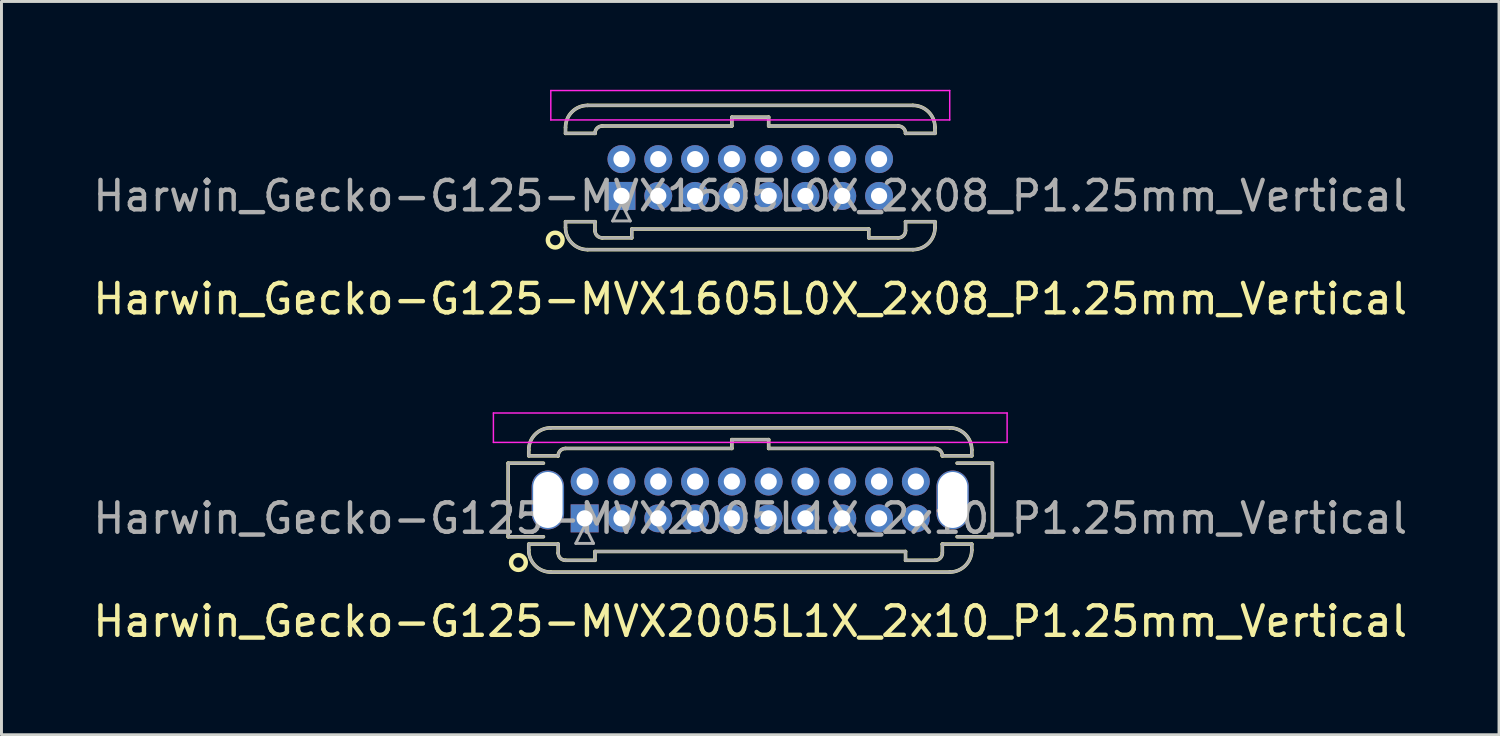
<source format=kicad_pcb>
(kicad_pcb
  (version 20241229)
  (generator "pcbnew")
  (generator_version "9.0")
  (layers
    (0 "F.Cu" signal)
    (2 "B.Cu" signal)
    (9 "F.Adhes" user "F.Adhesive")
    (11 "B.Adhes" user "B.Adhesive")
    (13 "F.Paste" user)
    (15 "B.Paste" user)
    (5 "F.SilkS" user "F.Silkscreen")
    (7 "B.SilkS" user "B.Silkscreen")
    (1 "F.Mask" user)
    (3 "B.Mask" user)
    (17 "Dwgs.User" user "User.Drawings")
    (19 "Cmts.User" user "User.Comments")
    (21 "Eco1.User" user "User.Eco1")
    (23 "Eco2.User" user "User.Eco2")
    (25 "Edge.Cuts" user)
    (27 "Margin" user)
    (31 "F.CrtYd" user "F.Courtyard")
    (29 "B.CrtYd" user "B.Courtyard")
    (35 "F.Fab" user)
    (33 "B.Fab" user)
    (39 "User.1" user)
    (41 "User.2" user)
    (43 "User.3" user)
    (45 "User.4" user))
  (footprint "Harwin_Gecko-G125-MVX2005L1X_2x10_P1.25mm_Vertical"
    (layer "F.Cu")
    (at 16.81 14.558)
    (property "Reference" "Harwin_Gecko-G125-MVX2005L1X_2x10_P1.25mm_Vertical" (at 5.625 3.5 0) (layer "F.SilkS") (effects (font (size 1 1) (thickness 0.15))))
    (attr through_hole)
    (fp_line (start -2.6 -1.875) (end -2.6 0.625) (stroke (width 0.12) (type solid)) (layer "F.SilkS"))
    (fp_line (start -2.6 0.625) (end -1.4 0.625) (stroke (width 0.12) (type solid)) (layer "F.SilkS"))
    (fp_line (start -1.9 -2.325) (end -1.9 -2.125) (stroke (width 0.12) (type solid)) (layer "F.SilkS"))
    (fp_line (start -1.9 -2.125) (end -0.9 -2.125) (stroke (width 0.12) (type solid)) (layer "F.SilkS"))
    (fp_line (start -1.9 0.875) (end -0.9 0.875) (stroke (width 0.12) (type solid)) (layer "F.SilkS"))
    (fp_line (start -1.9 1.075) (end -1.9 0.875) (stroke (width 0.12) (type solid)) (layer "F.SilkS"))
    (fp_line (start -1.4 -1.875) (end -2.6 -1.875) (stroke (width 0.12) (type solid)) (layer "F.SilkS"))
    (fp_line (start -1.15 -3.075) (end 12.4 -3.075) (stroke (width 0.12) (type solid)) (layer "F.SilkS"))
    (fp_line (start -1.15 1.825) (end 12.4 1.825) (stroke (width 0.12) (type solid)) (layer "F.SilkS"))
    (fp_line (start -0.9 -2.125) (end -0.9 -2.125) (stroke (width 0.12) (type solid)) (layer "F.SilkS"))
    (fp_line (start -0.9 0.875) (end -0.9 0.875) (stroke (width 0.12) (type solid)) (layer "F.SilkS"))
    (fp_line (start -0.9 1.175) (end -0.9 0.875) (stroke (width 0.12) (type solid)) (layer "F.SilkS"))
    (fp_line (start -0.65 -2.375) (end 5 -2.375) (stroke (width 0.12) (type solid)) (layer "F.SilkS"))
    (fp_line (start -0.65 1.425) (end 0.35 1.425) (stroke (width 0.12) (type solid)) (layer "F.SilkS"))
    (fp_line (start 0.35 1.125) (end 10.9 1.125) (stroke (width 0.12) (type solid)) (layer "F.SilkS"))
    (fp_line (start 0.35 1.425) (end 0.35 1.125) (stroke (width 0.12) (type solid)) (layer "F.SilkS"))
    (fp_line (start 5 -2.675) (end 6.25 -2.675) (stroke (width 0.12) (type solid)) (layer "F.SilkS"))
    (fp_line (start 5 -2.375) (end 5 -2.675) (stroke (width 0.12) (type solid)) (layer "F.SilkS"))
    (fp_line (start 6.25 -2.675) (end 6.25 -2.375) (stroke (width 0.12) (type solid)) (layer "F.SilkS"))
    (fp_line (start 6.25 -2.375) (end 11.9 -2.375) (stroke (width 0.12) (type solid)) (layer "F.SilkS"))
    (fp_line (start 10.9 1.125) (end 10.9 1.425) (stroke (width 0.12) (type solid)) (layer "F.SilkS"))
    (fp_line (start 10.9 1.425) (end 11.9 1.425) (stroke (width 0.12) (type solid)) (layer "F.SilkS"))
    (fp_line (start 12.15 -2.125) (end 12.15 -2.125) (stroke (width 0.12) (type solid)) (layer "F.SilkS"))
    (fp_line (start 12.15 0.875) (end 12.15 0.875) (stroke (width 0.12) (type solid)) (layer "F.SilkS"))
    (fp_line (start 12.15 1.175) (end 12.15 0.875) (stroke (width 0.12) (type solid)) (layer "F.SilkS"))
    (fp_line (start 12.65 -1.875) (end 13.85 -1.875) (stroke (width 0.12) (type solid)) (layer "F.SilkS"))
    (fp_line (start 13.15 -2.325) (end 13.15 -2.125) (stroke (width 0.12) (type solid)) (layer "F.SilkS"))
    (fp_line (start 13.15 -2.125) (end 12.15 -2.125) (stroke (width 0.12) (type solid)) (layer "F.SilkS"))
    (fp_line (start 13.15 0.875) (end 12.15 0.875) (stroke (width 0.12) (type solid)) (layer "F.SilkS"))
    (fp_line (start 13.15 1.075) (end 13.15 0.875) (stroke (width 0.12) (type solid)) (layer "F.SilkS"))
    (fp_line (start 13.85 -1.875) (end 13.85 0.625) (stroke (width 0.12) (type solid)) (layer "F.SilkS"))
    (fp_line (start 13.85 0.625) (end 12.65 0.625) (stroke (width 0.12) (type solid)) (layer "F.SilkS"))
    (fp_arc (start -1.9 -2.325) (mid -1.68033 -2.85533) (end -1.15 -3.075) (stroke (width 0.12) (type solid)) (layer "F.SilkS"))
    (fp_arc (start -1.15 1.825) (mid -1.68033 1.60533) (end -1.9 1.075) (stroke (width 0.12) (type solid)) (layer "F.SilkS"))
    (fp_arc (start -0.9 -2.125) (mid -0.826777 -2.301777) (end -0.65 -2.375) (stroke (width 0.12) (type solid)) (layer "F.SilkS"))
    (fp_arc (start -0.65 1.425) (mid -0.826777 1.351777) (end -0.9 1.175) (stroke (width 0.12) (type solid)) (layer "F.SilkS"))
    (fp_arc (start 11.9 -2.375) (mid 12.076777 -2.301777) (end 12.15 -2.125) (stroke (width 0.12) (type solid)) (layer "F.SilkS"))
    (fp_arc (start 12.15 1.175) (mid 12.076777 1.351777) (end 11.9 1.425) (stroke (width 0.12) (type solid)) (layer "F.SilkS"))
    (fp_arc (start 12.4 -3.075) (mid 12.93033 -2.85533) (end 13.15 -2.325) (stroke (width 0.12) (type solid)) (layer "F.SilkS"))
    (fp_arc (start 13.15 1.075) (mid 12.93033 1.60533) (end 12.4 1.825) (stroke (width 0.12) (type solid)) (layer "F.SilkS"))
    (fp_circle (center -2.25 1.5) (end -2 1.5) (stroke (width 0.15) (type solid)) (fill no) (layer "F.SilkS"))
    (fp_line (start -3.1 -3.58) (end -3.1 -2.58) (stroke (width 0.05) (type solid)) (layer "F.CrtYd"))
    (fp_line (start -3.1 -2.58) (end 14.35 -2.58) (stroke (width 0.05) (type solid)) (layer "F.CrtYd"))
    (fp_line (start 14.35 -3.58) (end -3.1 -3.58) (stroke (width 0.05) (type solid)) (layer "F.CrtYd"))
    (fp_line (start 14.35 -2.58) (end 14.35 -3.58) (stroke (width 0.05) (type solid)) (layer "F.CrtYd"))
    (fp_line (start -2.6 -1.875) (end -2.6 0.625) (stroke (width 0.1) (type solid)) (layer "F.Fab"))
    (fp_line (start -2.6 0.625) (end -1.4 0.625) (stroke (width 0.1) (type solid)) (layer "F.Fab"))
    (fp_line (start -1.9 -2.325) (end -1.9 -2.125) (stroke (width 0.1) (type solid)) (layer "F.Fab"))
    (fp_line (start -1.9 -2.125) (end -0.9 -2.125) (stroke (width 0.1) (type solid)) (layer "F.Fab"))
    (fp_line (start -1.9 0.875) (end -0.9 0.875) (stroke (width 0.1) (type solid)) (layer "F.Fab"))
    (fp_line (start -1.9 1.075) (end -1.9 0.875) (stroke (width 0.1) (type solid)) (layer "F.Fab"))
    (fp_line (start -1.4 -1.875) (end -2.6 -1.875) (stroke (width 0.1) (type solid)) (layer "F.Fab"))
    (fp_line (start -1.15 -3.075) (end 12.4 -3.075) (stroke (width 0.1) (type solid)) (layer "F.Fab"))
    (fp_line (start -1.15 1.825) (end 12.4 1.825) (stroke (width 0.1) (type solid)) (layer "F.Fab"))
    (fp_line (start -0.9 -2.125) (end -0.9 -2.125) (stroke (width 0.1) (type solid)) (layer "F.Fab"))
    (fp_line (start -0.9 0.875) (end -0.9 0.875) (stroke (width 0.1) (type solid)) (layer "F.Fab"))
    (fp_line (start -0.9 1.175) (end -0.9 0.875) (stroke (width 0.1) (type solid)) (layer "F.Fab"))
    (fp_line (start -0.65 -2.375) (end 5 -2.375) (stroke (width 0.1) (type solid)) (layer "F.Fab"))
    (fp_line (start -0.65 1.425) (end 0.35 1.425) (stroke (width 0.1) (type solid)) (layer "F.Fab"))
    (fp_line (start -0.3 0.85) (end 0.3 0.85) (stroke (width 0.1) (type solid)) (layer "F.Fab"))
    (fp_line (start 0 0.25) (end -0.3 0.85) (stroke (width 0.1) (type solid)) (layer "F.Fab"))
    (fp_line (start 0.3 0.85) (end 0 0.25) (stroke (width 0.1) (type solid)) (layer "F.Fab"))
    (fp_line (start 0.35 1.125) (end 10.9 1.125) (stroke (width 0.1) (type solid)) (layer "F.Fab"))
    (fp_line (start 0.35 1.425) (end 0.35 1.125) (stroke (width 0.1) (type solid)) (layer "F.Fab"))
    (fp_line (start 5 -2.675) (end 6.25 -2.675) (stroke (width 0.1) (type solid)) (layer "F.Fab"))
    (fp_line (start 5 -2.375) (end 5 -2.675) (stroke (width 0.1) (type solid)) (layer "F.Fab"))
    (fp_line (start 6.25 -2.675) (end 6.25 -2.375) (stroke (width 0.1) (type solid)) (layer "F.Fab"))
    (fp_line (start 6.25 -2.375) (end 11.9 -2.375) (stroke (width 0.1) (type solid)) (layer "F.Fab"))
    (fp_line (start 10.9 1.125) (end 10.9 1.425) (stroke (width 0.1) (type solid)) (layer "F.Fab"))
    (fp_line (start 10.9 1.425) (end 11.9 1.425) (stroke (width 0.1) (type solid)) (layer "F.Fab"))
    (fp_line (start 12.15 -2.125) (end 12.15 -2.125) (stroke (width 0.1) (type solid)) (layer "F.Fab"))
    (fp_line (start 12.15 0.875) (end 12.15 0.875) (stroke (width 0.1) (type solid)) (layer "F.Fab"))
    (fp_line (start 12.15 1.175) (end 12.15 0.875) (stroke (width 0.1) (type solid)) (layer "F.Fab"))
    (fp_line (start 12.65 -1.875) (end 13.85 -1.875) (stroke (width 0.1) (type solid)) (layer "F.Fab"))
    (fp_line (start 13.15 -2.325) (end 13.15 -2.125) (stroke (width 0.1) (type solid)) (layer "F.Fab"))
    (fp_line (start 13.15 -2.125) (end 12.15 -2.125) (stroke (width 0.1) (type solid)) (layer "F.Fab"))
    (fp_line (start 13.15 0.875) (end 12.15 0.875) (stroke (width 0.1) (type solid)) (layer "F.Fab"))
    (fp_line (start 13.15 1.075) (end 13.15 0.875) (stroke (width 0.1) (type solid)) (layer "F.Fab"))
    (fp_line (start 13.85 -1.875) (end 13.85 0.625) (stroke (width 0.1) (type solid)) (layer "F.Fab"))
    (fp_line (start 13.85 0.625) (end 12.65 0.625) (stroke (width 0.1) (type solid)) (layer "F.Fab"))
    (fp_arc (start -1.9 -2.325) (mid -1.68033 -2.85533) (end -1.15 -3.075) (stroke (width 0.1) (type solid)) (layer "F.Fab"))
    (fp_arc (start -1.15 1.825) (mid -1.68033 1.60533) (end -1.9 1.075) (stroke (width 0.1) (type solid)) (layer "F.Fab"))
    (fp_arc (start -0.9 -2.125) (mid -0.826777 -2.301777) (end -0.65 -2.375) (stroke (width 0.1) (type solid)) (layer "F.Fab"))
    (fp_arc (start -0.65 1.425) (mid -0.826777 1.351777) (end -0.9 1.175) (stroke (width 0.1) (type solid)) (layer "F.Fab"))
    (fp_arc (start 11.9 -2.375) (mid 12.076777 -2.301777) (end 12.15 -2.125) (stroke (width 0.1) (type solid)) (layer "F.Fab"))
    (fp_arc (start 12.15 1.175) (mid 12.076777 1.351777) (end 11.9 1.425) (stroke (width 0.1) (type solid)) (layer "F.Fab"))
    (fp_arc (start 12.4 -3.075) (mid 12.93033 -2.85533) (end 13.15 -2.325) (stroke (width 0.1) (type solid)) (layer "F.Fab"))
    (fp_arc (start 13.15 1.075) (mid 12.93033 1.60533) (end 12.4 1.825) (stroke (width 0.1) (type solid)) (layer "F.Fab"))
    (fp_text user "${REFERENCE}" (at 5.625 0 0) (layer "F.Fab") (effects (font (size 1 1) (thickness 0.15))))
    (pad "" np_thru_hole oval (at -1.25 -0.625) (size 1.1 2) (drill oval 1 1.9) (layers "*.Cu" "*.Mask"))
    (pad "" np_thru_hole oval (at 12.5 -0.625) (size 1.1 2) (drill oval 1 1.9) (layers "*.Cu" "*.Mask"))
    (pad "1" thru_hole rect (at 0 0) (size 0.95 0.95) (drill 0.55) (layers "*.Cu" "*.Mask"))
    (pad "2" thru_hole circle (at 0 -1.25) (size 0.95 0.95) (drill 0.55) (layers "*.Cu" "*.Mask"))
    (pad "3" thru_hole circle (at 1.25 0) (size 0.95 0.95) (drill 0.55) (layers "*.Cu" "*.Mask"))
    (pad "4" thru_hole circle (at 1.25 -1.25) (size 0.95 0.95) (drill 0.55) (layers "*.Cu" "*.Mask"))
    (pad "5" thru_hole circle (at 2.5 0) (size 0.95 0.95) (drill 0.55) (layers "*.Cu" "*.Mask"))
    (pad "6" thru_hole circle (at 2.5 -1.25) (size 0.95 0.95) (drill 0.55) (layers "*.Cu" "*.Mask"))
    (pad "7" thru_hole circle (at 3.75 0) (size 0.95 0.95) (drill 0.55) (layers "*.Cu" "*.Mask"))
    (pad "8" thru_hole circle (at 3.75 -1.25) (size 0.95 0.95) (drill 0.55) (layers "*.Cu" "*.Mask"))
    (pad "9" thru_hole circle (at 5 0) (size 0.95 0.95) (drill 0.55) (layers "*.Cu" "*.Mask"))
    (pad "10" thru_hole circle (at 5 -1.25) (size 0.95 0.95) (drill 0.55) (layers "*.Cu" "*.Mask"))
    (pad "11" thru_hole circle (at 6.25 0) (size 0.95 0.95) (drill 0.55) (layers "*.Cu" "*.Mask"))
    (pad "12" thru_hole circle (at 6.25 -1.25) (size 0.95 0.95) (drill 0.55) (layers "*.Cu" "*.Mask"))
    (pad "13" thru_hole circle (at 7.5 0) (size 0.95 0.95) (drill 0.55) (layers "*.Cu" "*.Mask"))
    (pad "14" thru_hole circle (at 7.5 -1.25) (size 0.95 0.95) (drill 0.55) (layers "*.Cu" "*.Mask"))
    (pad "15" thru_hole circle (at 8.75 0) (size 0.95 0.95) (drill 0.55) (layers "*.Cu" "*.Mask"))
    (pad "16" thru_hole circle (at 8.75 -1.25) (size 0.95 0.95) (drill 0.55) (layers "*.Cu" "*.Mask"))
    (pad "17" thru_hole circle (at 10 0) (size 0.95 0.95) (drill 0.55) (layers "*.Cu" "*.Mask"))
    (pad "18" thru_hole circle (at 10 -1.25) (size 0.95 0.95) (drill 0.55) (layers "*.Cu" "*.Mask"))
    (pad "19" thru_hole circle (at 11.25 0) (size 0.95 0.95) (drill 0.55) (layers "*.Cu" "*.Mask"))
    (pad "20" thru_hole circle (at 11.25 -1.25) (size 0.95 0.95) (drill 0.55) (layers "*.Cu" "*.Mask")))
  (footprint "Harwin_Gecko-G125-MVX1605L0X_2x08_P1.25mm_Vertical"
    (layer "F.Cu")
    (at 18.06 3.605)
    (property "Reference" "Harwin_Gecko-G125-MVX1605L0X_2x08_P1.25mm_Vertical" (at 4.375 3.5 0) (layer "F.SilkS") (effects (font (size 1 1) (thickness 0.15))))
    (attr through_hole)
    (fp_line (start -1.9 -2.325) (end -1.9 -2.125) (stroke (width 0.12) (type solid)) (layer "F.SilkS"))
    (fp_line (start -1.9 -2.125) (end -0.9 -2.125) (stroke (width 0.12) (type solid)) (layer "F.SilkS"))
    (fp_line (start -1.9 0.875) (end -0.9 0.875) (stroke (width 0.12) (type solid)) (layer "F.SilkS"))
    (fp_line (start -1.9 1.075) (end -1.9 0.875) (stroke (width 0.12) (type solid)) (layer "F.SilkS"))
    (fp_line (start -1.15 -3.075) (end 9.9 -3.075) (stroke (width 0.12) (type solid)) (layer "F.SilkS"))
    (fp_line (start -1.15 1.825) (end 9.9 1.825) (stroke (width 0.12) (type solid)) (layer "F.SilkS"))
    (fp_line (start -0.9 -2.125) (end -0.9 -2.125) (stroke (width 0.12) (type solid)) (layer "F.SilkS"))
    (fp_line (start -0.9 0.875) (end -0.9 0.875) (stroke (width 0.12) (type solid)) (layer "F.SilkS"))
    (fp_line (start -0.9 1.175) (end -0.9 0.875) (stroke (width 0.12) (type solid)) (layer "F.SilkS"))
    (fp_line (start -0.65 -2.375) (end 3.75 -2.375) (stroke (width 0.12) (type solid)) (layer "F.SilkS"))
    (fp_line (start -0.65 1.425) (end 0.35 1.425) (stroke (width 0.12) (type solid)) (layer "F.SilkS"))
    (fp_line (start 0.35 1.125) (end 8.4 1.125) (stroke (width 0.12) (type solid)) (layer "F.SilkS"))
    (fp_line (start 0.35 1.425) (end 0.35 1.125) (stroke (width 0.12) (type solid)) (layer "F.SilkS"))
    (fp_line (start 3.75 -2.675) (end 5 -2.675) (stroke (width 0.12) (type solid)) (layer "F.SilkS"))
    (fp_line (start 3.75 -2.375) (end 3.75 -2.675) (stroke (width 0.12) (type solid)) (layer "F.SilkS"))
    (fp_line (start 5 -2.675) (end 5 -2.375) (stroke (width 0.12) (type solid)) (layer "F.SilkS"))
    (fp_line (start 5 -2.375) (end 9.4 -2.375) (stroke (width 0.12) (type solid)) (layer "F.SilkS"))
    (fp_line (start 8.4 1.125) (end 8.4 1.425) (stroke (width 0.12) (type solid)) (layer "F.SilkS"))
    (fp_line (start 8.4 1.425) (end 9.4 1.425) (stroke (width 0.12) (type solid)) (layer "F.SilkS"))
    (fp_line (start 9.65 -2.125) (end 9.65 -2.125) (stroke (width 0.12) (type solid)) (layer "F.SilkS"))
    (fp_line (start 9.65 0.875) (end 9.65 0.875) (stroke (width 0.12) (type solid)) (layer "F.SilkS"))
    (fp_line (start 9.65 1.175) (end 9.65 0.875) (stroke (width 0.12) (type solid)) (layer "F.SilkS"))
    (fp_line (start 10.65 -2.325) (end 10.65 -2.125) (stroke (width 0.12) (type solid)) (layer "F.SilkS"))
    (fp_line (start 10.65 -2.125) (end 9.65 -2.125) (stroke (width 0.12) (type solid)) (layer "F.SilkS"))
    (fp_line (start 10.65 0.875) (end 9.65 0.875) (stroke (width 0.12) (type solid)) (layer "F.SilkS"))
    (fp_line (start 10.65 1.075) (end 10.65 0.875) (stroke (width 0.12) (type solid)) (layer "F.SilkS"))
    (fp_arc (start -1.9 -2.325) (mid -1.68033 -2.85533) (end -1.15 -3.075) (stroke (width 0.12) (type solid)) (layer "F.SilkS"))
    (fp_arc (start -1.15 1.825) (mid -1.68033 1.60533) (end -1.9 1.075) (stroke (width 0.12) (type solid)) (layer "F.SilkS"))
    (fp_arc (start -0.9 -2.125) (mid -0.826777 -2.301777) (end -0.65 -2.375) (stroke (width 0.12) (type solid)) (layer "F.SilkS"))
    (fp_arc (start -0.65 1.425) (mid -0.826777 1.351777) (end -0.9 1.175) (stroke (width 0.12) (type solid)) (layer "F.SilkS"))
    (fp_arc (start 9.4 -2.375) (mid 9.576777 -2.301777) (end 9.65 -2.125) (stroke (width 0.12) (type solid)) (layer "F.SilkS"))
    (fp_arc (start 9.65 1.175) (mid 9.576777 1.351777) (end 9.4 1.425) (stroke (width 0.12) (type solid)) (layer "F.SilkS"))
    (fp_arc (start 9.9 -3.075) (mid 10.43033 -2.85533) (end 10.65 -2.325) (stroke (width 0.12) (type solid)) (layer "F.SilkS"))
    (fp_arc (start 10.65 1.075) (mid 10.43033 1.60533) (end 9.9 1.825) (stroke (width 0.12) (type solid)) (layer "F.SilkS"))
    (fp_circle (center -2.25 1.5) (end -2 1.5) (stroke (width 0.15) (type solid)) (fill no) (layer "F.SilkS"))
    (fp_line (start -2.4 -3.58) (end -2.4 -2.58) (stroke (width 0.05) (type solid)) (layer "F.CrtYd"))
    (fp_line (start -2.4 -2.58) (end 11.15 -2.58) (stroke (width 0.05) (type solid)) (layer "F.CrtYd"))
    (fp_line (start 11.15 -3.58) (end -2.4 -3.58) (stroke (width 0.05) (type solid)) (layer "F.CrtYd"))
    (fp_line (start 11.15 -2.58) (end 11.15 -3.58) (stroke (width 0.05) (type solid)) (layer "F.CrtYd"))
    (fp_line (start -1.9 -2.325) (end -1.9 -2.125) (stroke (width 0.1) (type solid)) (layer "F.Fab"))
    (fp_line (start -1.9 -2.125) (end -0.9 -2.125) (stroke (width 0.1) (type solid)) (layer "F.Fab"))
    (fp_line (start -1.9 0.875) (end -0.9 0.875) (stroke (width 0.1) (type solid)) (layer "F.Fab"))
    (fp_line (start -1.9 1.075) (end -1.9 0.875) (stroke (width 0.1) (type solid)) (layer "F.Fab"))
    (fp_line (start -1.15 -3.075) (end 9.9 -3.075) (stroke (width 0.1) (type solid)) (layer "F.Fab"))
    (fp_line (start -1.15 1.825) (end 9.9 1.825) (stroke (width 0.1) (type solid)) (layer "F.Fab"))
    (fp_line (start -0.9 -2.125) (end -0.9 -2.125) (stroke (width 0.1) (type solid)) (layer "F.Fab"))
    (fp_line (start -0.9 0.875) (end -0.9 0.875) (stroke (width 0.1) (type solid)) (layer "F.Fab"))
    (fp_line (start -0.9 1.175) (end -0.9 0.875) (stroke (width 0.1) (type solid)) (layer "F.Fab"))
    (fp_line (start -0.65 -2.375) (end 3.75 -2.375) (stroke (width 0.1) (type solid)) (layer "F.Fab"))
    (fp_line (start -0.65 1.425) (end 0.35 1.425) (stroke (width 0.1) (type solid)) (layer "F.Fab"))
    (fp_line (start -0.3 0.85) (end 0.3 0.85) (stroke (width 0.1) (type solid)) (layer "F.Fab"))
    (fp_line (start 0 0.25) (end -0.3 0.85) (stroke (width 0.1) (type solid)) (layer "F.Fab"))
    (fp_line (start 0.3 0.85) (end 0 0.25) (stroke (width 0.1) (type solid)) (layer "F.Fab"))
    (fp_line (start 0.35 1.125) (end 8.4 1.125) (stroke (width 0.1) (type solid)) (layer "F.Fab"))
    (fp_line (start 0.35 1.425) (end 0.35 1.125) (stroke (width 0.1) (type solid)) (layer "F.Fab"))
    (fp_line (start 3.75 -2.675) (end 5 -2.675) (stroke (width 0.1) (type solid)) (layer "F.Fab"))
    (fp_line (start 3.75 -2.375) (end 3.75 -2.675) (stroke (width 0.1) (type solid)) (layer "F.Fab"))
    (fp_line (start 5 -2.675) (end 5 -2.375) (stroke (width 0.1) (type solid)) (layer "F.Fab"))
    (fp_line (start 5 -2.375) (end 9.4 -2.375) (stroke (width 0.1) (type solid)) (layer "F.Fab"))
    (fp_line (start 8.4 1.125) (end 8.4 1.425) (stroke (width 0.1) (type solid)) (layer "F.Fab"))
    (fp_line (start 8.4 1.425) (end 9.4 1.425) (stroke (width 0.1) (type solid)) (layer "F.Fab"))
    (fp_line (start 9.65 -2.125) (end 9.65 -2.125) (stroke (width 0.1) (type solid)) (layer "F.Fab"))
    (fp_line (start 9.65 0.875) (end 9.65 0.875) (stroke (width 0.1) (type solid)) (layer "F.Fab"))
    (fp_line (start 9.65 1.175) (end 9.65 0.875) (stroke (width 0.1) (type solid)) (layer "F.Fab"))
    (fp_line (start 10.65 -2.325) (end 10.65 -2.125) (stroke (width 0.1) (type solid)) (layer "F.Fab"))
    (fp_line (start 10.65 -2.125) (end 9.65 -2.125) (stroke (width 0.1) (type solid)) (layer "F.Fab"))
    (fp_line (start 10.65 0.875) (end 9.65 0.875) (stroke (width 0.1) (type solid)) (layer "F.Fab"))
    (fp_line (start 10.65 1.075) (end 10.65 0.875) (stroke (width 0.1) (type solid)) (layer "F.Fab"))
    (fp_arc (start -1.9 -2.325) (mid -1.68033 -2.85533) (end -1.15 -3.075) (stroke (width 0.1) (type solid)) (layer "F.Fab"))
    (fp_arc (start -1.15 1.825) (mid -1.68033 1.60533) (end -1.9 1.075) (stroke (width 0.1) (type solid)) (layer "F.Fab"))
    (fp_arc (start -0.9 -2.125) (mid -0.826777 -2.301777) (end -0.65 -2.375) (stroke (width 0.1) (type solid)) (layer "F.Fab"))
    (fp_arc (start -0.65 1.425) (mid -0.826777 1.351777) (end -0.9 1.175) (stroke (width 0.1) (type solid)) (layer "F.Fab"))
    (fp_arc (start 9.4 -2.375) (mid 9.576777 -2.301777) (end 9.65 -2.125) (stroke (width 0.1) (type solid)) (layer "F.Fab"))
    (fp_arc (start 9.65 1.175) (mid 9.576777 1.351777) (end 9.4 1.425) (stroke (width 0.1) (type solid)) (layer "F.Fab"))
    (fp_arc (start 9.9 -3.075) (mid 10.43033 -2.85533) (end 10.65 -2.325) (stroke (width 0.1) (type solid)) (layer "F.Fab"))
    (fp_arc (start 10.65 1.075) (mid 10.43033 1.60533) (end 9.9 1.825) (stroke (width 0.1) (type solid)) (layer "F.Fab"))
    (fp_text user "${REFERENCE}" (at 4.375 0 0) (layer "F.Fab") (effects (font (size 1 1) (thickness 0.15))))
    (pad "1" thru_hole rect (at 0 0) (size 0.95 0.95) (drill 0.55) (layers "*.Cu" "*.Mask"))
    (pad "2" thru_hole circle (at 0 -1.25) (size 0.95 0.95) (drill 0.55) (layers "*.Cu" "*.Mask"))
    (pad "3" thru_hole circle (at 1.25 0) (size 0.95 0.95) (drill 0.55) (layers "*.Cu" "*.Mask"))
    (pad "4" thru_hole circle (at 1.25 -1.25) (size 0.95 0.95) (drill 0.55) (layers "*.Cu" "*.Mask"))
    (pad "5" thru_hole circle (at 2.5 0) (size 0.95 0.95) (drill 0.55) (layers "*.Cu" "*.Mask"))
    (pad "6" thru_hole circle (at 2.5 -1.25) (size 0.95 0.95) (drill 0.55) (layers "*.Cu" "*.Mask"))
    (pad "7" thru_hole circle (at 3.75 0) (size 0.95 0.95) (drill 0.55) (layers "*.Cu" "*.Mask"))
    (pad "8" thru_hole circle (at 3.75 -1.25) (size 0.95 0.95) (drill 0.55) (layers "*.Cu" "*.Mask"))
    (pad "9" thru_hole circle (at 5 0) (size 0.95 0.95) (drill 0.55) (layers "*.Cu" "*.Mask"))
    (pad "10" thru_hole circle (at 5 -1.25) (size 0.95 0.95) (drill 0.55) (layers "*.Cu" "*.Mask"))
    (pad "11" thru_hole circle (at 6.25 0) (size 0.95 0.95) (drill 0.55) (layers "*.Cu" "*.Mask"))
    (pad "12" thru_hole circle (at 6.25 -1.25) (size 0.95 0.95) (drill 0.55) (layers "*.Cu" "*.Mask"))
    (pad "13" thru_hole circle (at 7.5 0) (size 0.95 0.95) (drill 0.55) (layers "*.Cu" "*.Mask"))
    (pad "14" thru_hole circle (at 7.5 -1.25) (size 0.95 0.95) (drill 0.55) (layers "*.Cu" "*.Mask"))
    (pad "15" thru_hole circle (at 8.75 0) (size 0.95 0.95) (drill 0.55) (layers "*.Cu" "*.Mask"))
    (pad "16" thru_hole circle (at 8.75 -1.25) (size 0.95 0.95) (drill 0.55) (layers "*.Cu" "*.Mask")))
  (gr_rect
    (start -3 -3)
    (end 47.869 21.907)
    (stroke (width 0.1) (type default))
    (fill no)
    (layer "Edge.Cuts")))
</source>
